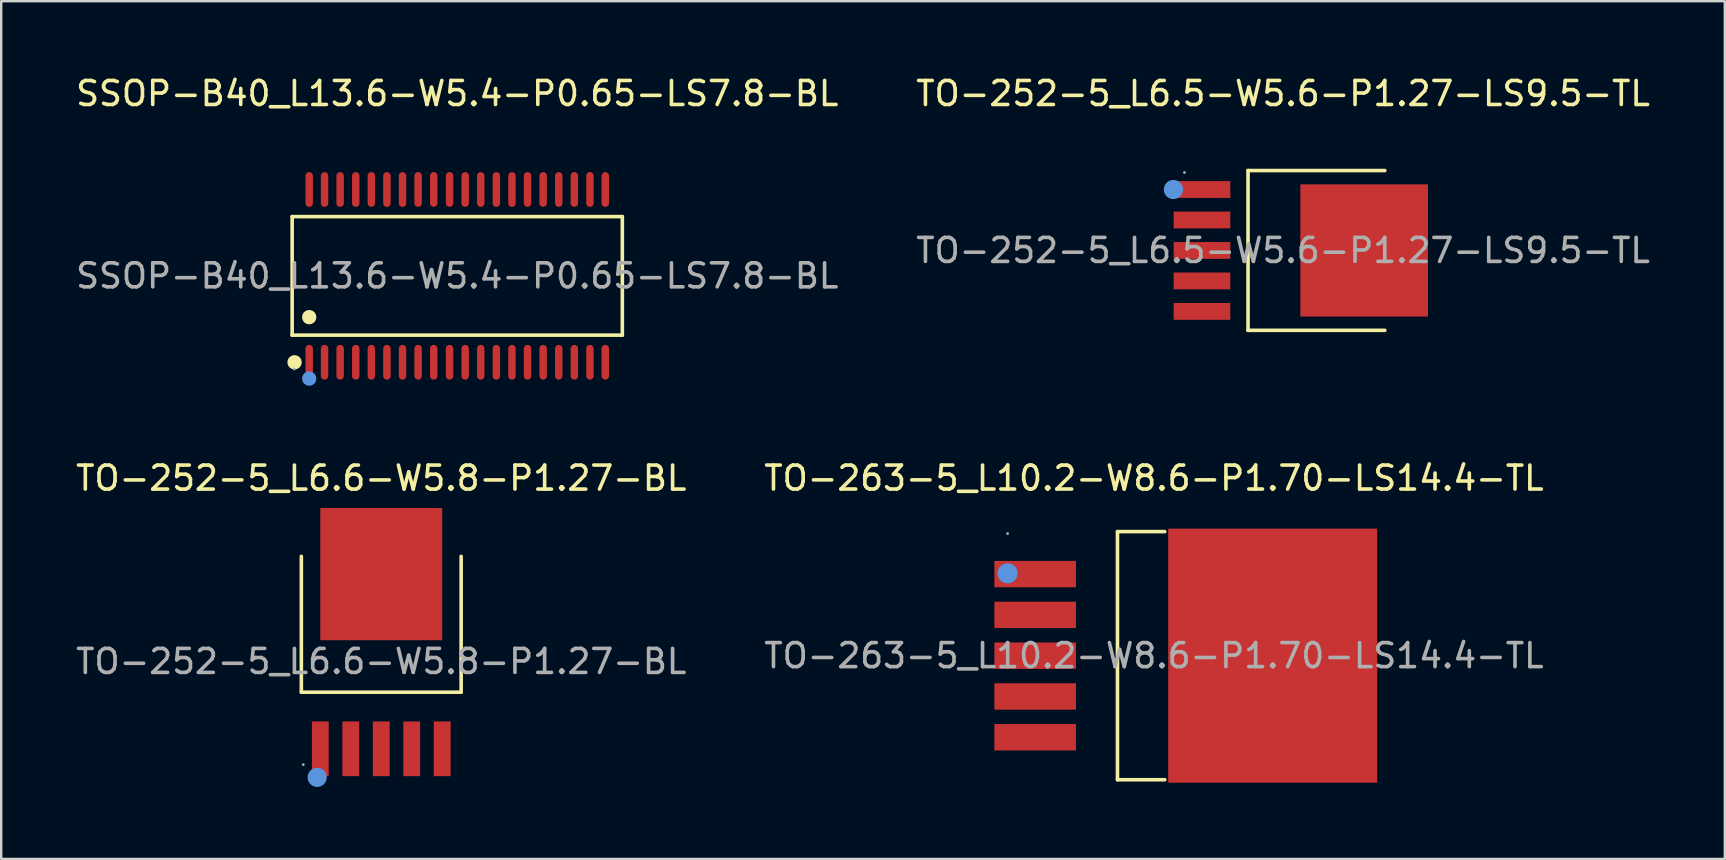
<source format=kicad_pcb>
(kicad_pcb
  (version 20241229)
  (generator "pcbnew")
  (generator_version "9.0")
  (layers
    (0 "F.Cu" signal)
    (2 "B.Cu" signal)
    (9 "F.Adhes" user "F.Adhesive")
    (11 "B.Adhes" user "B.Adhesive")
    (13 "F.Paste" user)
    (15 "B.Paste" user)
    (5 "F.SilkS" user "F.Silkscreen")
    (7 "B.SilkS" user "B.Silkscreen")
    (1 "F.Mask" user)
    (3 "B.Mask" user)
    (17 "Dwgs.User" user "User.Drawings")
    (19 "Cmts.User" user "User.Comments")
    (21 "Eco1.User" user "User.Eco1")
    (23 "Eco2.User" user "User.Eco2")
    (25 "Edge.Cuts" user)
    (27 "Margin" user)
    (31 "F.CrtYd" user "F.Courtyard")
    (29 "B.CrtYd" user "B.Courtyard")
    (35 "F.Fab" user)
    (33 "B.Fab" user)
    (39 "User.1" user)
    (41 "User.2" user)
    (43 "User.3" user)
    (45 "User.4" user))
  (footprint "TO-263-5_L10.2-W8.6-P1.70-LS14.4-TL"
    (layer "F.Cu")
    (at 45.042 24.276)
    (property "Reference" "TO-263-5_L10.2-W8.6-P1.70-LS14.4-TL" (at 0 -7.4 0) (layer "F.SilkS") (effects (font (size 1 1) (thickness 0.15))))
    (attr through_hole)
    (fp_line (start -1.52 -5.17) (end -1.52 5.17) (stroke (width 0.15) (type solid)) (layer "F.SilkS"))
    (fp_line (start 0.45 -5.17) (end -1.52 -5.17) (stroke (width 0.15) (type solid)) (layer "F.SilkS"))
    (fp_line (start 0.45 5.17) (end -1.52 5.17) (stroke (width 0.15) (type solid)) (layer "F.SilkS"))
    (fp_circle (center -6.1 -3.43) (end -5.89 -3.43) (stroke (width 0.42) (type solid)) (fill no) (layer "Cmts.User"))
    (fp_circle (center -6.1 -5.09) (end -6.07 -5.09) (stroke (width 0.06) (type solid)) (fill no) (layer "F.Fab"))
    (fp_text user "${REFERENCE}" (at 0 0 0) (layer "F.Fab") (effects (font (size 1 1) (thickness 0.15))))
    (pad "1" smd rect (at -4.95 -3.4) (size 3.4 1.1) (layers "F.Cu" "F.Mask" "F.Paste"))
    (pad "2" smd rect (at -4.95 -1.7) (size 3.4 1.1) (layers "F.Cu" "F.Mask" "F.Paste"))
    (pad "3" smd rect (at -4.95 0) (size 3.4 1.1) (layers "F.Cu" "F.Mask" "F.Paste"))
    (pad "4" smd rect (at -4.95 1.7) (size 3.4 1.1) (layers "F.Cu" "F.Mask" "F.Paste"))
    (pad "5" smd rect (at -4.95 3.4) (size 3.4 1.1) (layers "F.Cu" "F.Mask" "F.Paste"))
    (pad "6" smd rect (at 4.95 0) (size 8.71 10.59) (layers "F.Cu" "F.Mask" "F.Paste")))
  (footprint "TO-252-5_L6.6-W5.8-P1.27-BL"
    (layer "F.Cu")
    (at 12.839 24.517)
    (property "Reference" "TO-252-5_L6.6-W5.8-P1.27-BL" (at 0 -7.64 0) (layer "F.SilkS") (effects (font (size 1 1) (thickness 0.15))))
    (attr through_hole)
    (fp_line (start -3.33 -4.38) (end -3.33 1.28) (stroke (width 0.15) (type solid)) (layer "F.SilkS"))
    (fp_line (start -3.33 1.28) (end 3.33 1.28) (stroke (width 0.15) (type solid)) (layer "F.SilkS"))
    (fp_line (start 3.33 -4.38) (end 3.33 1.28) (stroke (width 0.15) (type solid)) (layer "F.SilkS"))
    (fp_circle (center -2.67 4.83) (end -2.47 4.83) (stroke (width 0.4) (type solid)) (fill no) (layer "Cmts.User"))
    (fp_circle (center -3.25 4.3) (end -3.22 4.3) (stroke (width 0.06) (type solid)) (fill no) (layer "F.Fab"))
    (fp_text user "${REFERENCE}" (at 0 0 0) (layer "F.Fab") (effects (font (size 1 1) (thickness 0.15))))
    (pad "1" smd rect (at -2.54 3.64) (size 0.7 2.28) (layers "F.Cu" "F.Mask" "F.Paste"))
    (pad "2" smd rect (at -1.27 3.64) (size 0.7 2.28) (layers "F.Cu" "F.Mask" "F.Paste"))
    (pad "3" smd rect (at 0 3.64) (size 0.7 2.28) (layers "F.Cu" "F.Mask" "F.Paste"))
    (pad "4" smd rect (at 1.27 3.64) (size 0.7 2.28) (layers "F.Cu" "F.Mask" "F.Paste"))
    (pad "5" smd rect (at 2.54 3.64) (size 0.7 2.28) (layers "F.Cu" "F.Mask" "F.Paste"))
    (pad "6" smd rect (at 0 -3.64) (size 5.08 5.51) (layers "F.Cu" "F.Mask" "F.Paste")))
  (footprint "TO-252-5_L6.5-W5.6-P1.27-LS9.5-TL"
    (layer "F.Cu")
    (at 50.423 7.388)
    (property "Reference" "TO-252-5_L6.5-W5.6-P1.27-LS9.5-TL" (at 0 -6.54 0) (layer "F.SilkS") (effects (font (size 1 1) (thickness 0.15))))
    (attr through_hole)
    (fp_line (start -1.46 -3.33) (end -1.46 3.33) (stroke (width 0.15) (type solid)) (layer "F.SilkS"))
    (fp_line (start 4.24 -3.33) (end -1.46 -3.33) (stroke (width 0.15) (type solid)) (layer "F.SilkS"))
    (fp_line (start 4.24 3.33) (end -1.46 3.33) (stroke (width 0.15) (type solid)) (layer "F.SilkS"))
    (fp_circle (center -4.57 -2.54) (end -4.37 -2.54) (stroke (width 0.4) (type solid)) (fill no) (layer "Cmts.User"))
    (fp_circle (center -4.11 -3.25) (end -4.08 -3.25) (stroke (width 0.06) (type solid)) (fill no) (layer "F.Fab"))
    (fp_text user "${REFERENCE}" (at 0 0 0) (layer "F.Fab") (effects (font (size 1 1) (thickness 0.15))))
    (pad "1" smd rect (at -3.38 -2.54) (size 2.36 0.7) (layers "F.Cu" "F.Mask" "F.Paste"))
    (pad "2" smd rect (at -3.38 -1.27) (size 2.36 0.7) (layers "F.Cu" "F.Mask" "F.Paste"))
    (pad "3" smd rect (at -3.38 0) (size 2.36 0.7) (layers "F.Cu" "F.Mask" "F.Paste"))
    (pad "4" smd rect (at -3.38 1.27) (size 2.36 0.7) (layers "F.Cu" "F.Mask" "F.Paste"))
    (pad "5" smd rect (at -3.38 2.54) (size 2.36 0.7) (layers "F.Cu" "F.Mask" "F.Paste"))
    (pad "6" smd rect (at 3.38 0) (size 5.32 5.51) (layers "F.Cu" "F.Mask" "F.Paste")))
  (footprint "SSOP-B40_L13.6-W5.4-P0.65-LS7.8-BL"
    (layer "F.Cu")
    (at 16.006 8.448)
    (property "Reference" "SSOP-B40_L13.6-W5.4-P0.65-LS7.8-BL" (at 0 -7.6 0) (layer "F.SilkS") (effects (font (size 1 1) (thickness 0.15))))
    (attr through_hole)
    (fp_line (start -6.88 -2.47) (end 6.88 -2.47) (stroke (width 0.15) (type solid)) (layer "F.SilkS"))
    (fp_line (start -6.88 2.47) (end -6.88 -2.47) (stroke (width 0.15) (type solid)) (layer "F.SilkS"))
    (fp_line (start 6.88 -2.47) (end 6.88 2.47) (stroke (width 0.15) (type solid)) (layer "F.SilkS"))
    (fp_line (start 6.88 2.47) (end -6.88 2.47) (stroke (width 0.15) (type solid)) (layer "F.SilkS"))
    (fp_circle (center -6.78 3.6) (end -6.63 3.6) (stroke (width 0.3) (type solid)) (fill no) (layer "F.SilkS"))
    (fp_circle (center -6.17 1.72) (end -6.02 1.72) (stroke (width 0.3) (type solid)) (fill no) (layer "F.SilkS"))
    (fp_circle (center -6.17 4.28) (end -6.02 4.28) (stroke (width 0.3) (type solid)) (fill no) (layer "Cmts.User"))
    (fp_circle (center -6.8 3.88) (end -6.77 3.88) (stroke (width 0.06) (type solid)) (fill no) (layer "F.Fab"))
    (fp_text user "${REFERENCE}" (at 0 0 0) (layer "F.Fab") (effects (font (size 1 1) (thickness 0.15))))
    (pad "1" smd oval (at -6.17 3.6) (size 0.31 1.45) (layers "F.Cu" "F.Mask" "F.Paste"))
    (pad "2" smd oval (at -5.53 3.6) (size 0.31 1.45) (layers "F.Cu" "F.Mask" "F.Paste"))
    (pad "3" smd oval (at -4.88 3.6) (size 0.31 1.45) (layers "F.Cu" "F.Mask" "F.Paste"))
    (pad "4" smd oval (at -4.23 3.6) (size 0.31 1.45) (layers "F.Cu" "F.Mask" "F.Paste"))
    (pad "5" smd oval (at -3.58 3.6) (size 0.31 1.45) (layers "F.Cu" "F.Mask" "F.Paste"))
    (pad "6" smd oval (at -2.93 3.6) (size 0.31 1.45) (layers "F.Cu" "F.Mask" "F.Paste"))
    (pad "7" smd oval (at -2.28 3.6) (size 0.31 1.45) (layers "F.Cu" "F.Mask" "F.Paste"))
    (pad "8" smd oval (at -1.63 3.6) (size 0.31 1.45) (layers "F.Cu" "F.Mask" "F.Paste"))
    (pad "9" smd oval (at -0.98 3.6) (size 0.31 1.45) (layers "F.Cu" "F.Mask" "F.Paste"))
    (pad "10" smd oval (at -0.32 3.6) (size 0.31 1.45) (layers "F.Cu" "F.Mask" "F.Paste"))
    (pad "11" smd oval (at 0.33 3.6) (size 0.31 1.45) (layers "F.Cu" "F.Mask" "F.Paste"))
    (pad "12" smd oval (at 0.98 3.6) (size 0.31 1.45) (layers "F.Cu" "F.Mask" "F.Paste"))
    (pad "13" smd oval (at 1.63 3.6) (size 0.31 1.45) (layers "F.Cu" "F.Mask" "F.Paste"))
    (pad "14" smd oval (at 2.28 3.6) (size 0.31 1.45) (layers "F.Cu" "F.Mask" "F.Paste"))
    (pad "15" smd oval (at 2.93 3.6) (size 0.31 1.45) (layers "F.Cu" "F.Mask" "F.Paste"))
    (pad "16" smd oval (at 3.58 3.6) (size 0.31 1.45) (layers "F.Cu" "F.Mask" "F.Paste"))
    (pad "17" smd oval (at 4.23 3.6) (size 0.31 1.45) (layers "F.Cu" "F.Mask" "F.Paste"))
    (pad "18" smd oval (at 4.88 3.6) (size 0.31 1.45) (layers "F.Cu" "F.Mask" "F.Paste"))
    (pad "19" smd oval (at 5.53 3.6) (size 0.31 1.45) (layers "F.Cu" "F.Mask" "F.Paste"))
    (pad "20" smd oval (at 6.17 3.6) (size 0.31 1.45) (layers "F.Cu" "F.Mask" "F.Paste"))
    (pad "21" smd oval (at 6.17 -3.6) (size 0.31 1.45) (layers "F.Cu" "F.Mask" "F.Paste"))
    (pad "22" smd oval (at 5.53 -3.6) (size 0.31 1.45) (layers "F.Cu" "F.Mask" "F.Paste"))
    (pad "23" smd oval (at 4.88 -3.6) (size 0.31 1.45) (layers "F.Cu" "F.Mask" "F.Paste"))
    (pad "24" smd oval (at 4.23 -3.6) (size 0.31 1.45) (layers "F.Cu" "F.Mask" "F.Paste"))
    (pad "25" smd oval (at 3.58 -3.6) (size 0.31 1.45) (layers "F.Cu" "F.Mask" "F.Paste"))
    (pad "26" smd oval (at 2.93 -3.6) (size 0.31 1.45) (layers "F.Cu" "F.Mask" "F.Paste"))
    (pad "27" smd oval (at 2.28 -3.6) (size 0.31 1.45) (layers "F.Cu" "F.Mask" "F.Paste"))
    (pad "28" smd oval (at 1.63 -3.6) (size 0.31 1.45) (layers "F.Cu" "F.Mask" "F.Paste"))
    (pad "29" smd oval (at 0.98 -3.6) (size 0.31 1.45) (layers "F.Cu" "F.Mask" "F.Paste"))
    (pad "30" smd oval (at 0.33 -3.6) (size 0.31 1.45) (layers "F.Cu" "F.Mask" "F.Paste"))
    (pad "31" smd oval (at -0.32 -3.6) (size 0.31 1.45) (layers "F.Cu" "F.Mask" "F.Paste"))
    (pad "32" smd oval (at -0.98 -3.6) (size 0.31 1.45) (layers "F.Cu" "F.Mask" "F.Paste"))
    (pad "33" smd oval (at -1.63 -3.6) (size 0.31 1.45) (layers "F.Cu" "F.Mask" "F.Paste"))
    (pad "34" smd oval (at -2.28 -3.6) (size 0.31 1.45) (layers "F.Cu" "F.Mask" "F.Paste"))
    (pad "35" smd oval (at -2.93 -3.6) (size 0.31 1.45) (layers "F.Cu" "F.Mask" "F.Paste"))
    (pad "36" smd oval (at -3.58 -3.6) (size 0.31 1.45) (layers "F.Cu" "F.Mask" "F.Paste"))
    (pad "37" smd oval (at -4.23 -3.6) (size 0.31 1.45) (layers "F.Cu" "F.Mask" "F.Paste"))
    (pad "38" smd oval (at -4.88 -3.6) (size 0.31 1.45) (layers "F.Cu" "F.Mask" "F.Paste"))
    (pad "39" smd oval (at -5.53 -3.6) (size 0.31 1.45) (layers "F.Cu" "F.Mask" "F.Paste"))
    (pad "40" smd oval (at -6.17 -3.6) (size 0.31 1.45) (layers "F.Cu" "F.Mask" "F.Paste")))
  (gr_rect
    (start -3 -3)
    (end 68.833 32.746)
    (stroke (width 0.1) (type default))
    (fill no)
    (layer "Edge.Cuts")))
</source>
